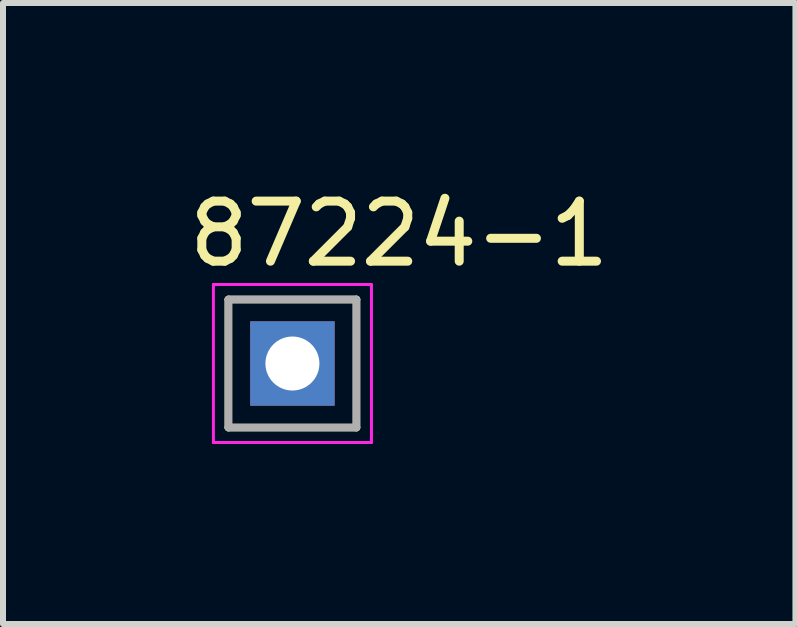
<source format=kicad_pcb>
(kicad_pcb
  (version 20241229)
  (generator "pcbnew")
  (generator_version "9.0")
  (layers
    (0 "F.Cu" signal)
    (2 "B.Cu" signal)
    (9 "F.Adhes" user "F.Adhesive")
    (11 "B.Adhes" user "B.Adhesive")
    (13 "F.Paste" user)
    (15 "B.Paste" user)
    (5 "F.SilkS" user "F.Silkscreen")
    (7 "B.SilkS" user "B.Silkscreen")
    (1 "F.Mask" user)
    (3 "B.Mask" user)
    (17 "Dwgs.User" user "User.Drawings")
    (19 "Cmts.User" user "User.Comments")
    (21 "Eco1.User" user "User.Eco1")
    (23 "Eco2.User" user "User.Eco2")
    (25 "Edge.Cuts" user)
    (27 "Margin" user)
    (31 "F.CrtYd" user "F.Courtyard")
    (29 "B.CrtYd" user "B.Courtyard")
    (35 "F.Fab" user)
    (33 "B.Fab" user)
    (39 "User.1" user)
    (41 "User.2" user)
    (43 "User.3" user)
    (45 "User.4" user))
  (footprint "87224-1"
    (layer "F.Cu")
    (at 1.824 3.009)
    (property "Reference" "87224-1" (at 1.779 -2.161 0) (layer "F.SilkS") (effects (font (size 1.001 1.001) (thickness 0.15))))
    (attr through_hole)
    (fp_line (start -1.067 -1.067) (end 1.067 -1.067) (stroke (width 0.127) (type solid)) (layer "F.SilkS"))
    (fp_line (start -1.067 1.067) (end -1.067 -1.067) (stroke (width 0.127) (type solid)) (layer "F.SilkS"))
    (fp_line (start 1.067 -1.067) (end 1.067 1.067) (stroke (width 0.127) (type solid)) (layer "F.SilkS"))
    (fp_line (start 1.067 1.067) (end -1.067 1.067) (stroke (width 0.127) (type solid)) (layer "F.SilkS"))
    (fp_line (start -1.317 -1.317) (end 1.317 -1.317) (stroke (width 0.05) (type solid)) (layer "F.CrtYd"))
    (fp_line (start -1.317 1.317) (end -1.317 -1.317) (stroke (width 0.05) (type solid)) (layer "F.CrtYd"))
    (fp_line (start 1.317 -1.317) (end 1.317 1.317) (stroke (width 0.05) (type solid)) (layer "F.CrtYd"))
    (fp_line (start 1.317 1.317) (end -1.317 1.317) (stroke (width 0.05) (type solid)) (layer "F.CrtYd"))
    (fp_line (start -1.067 -1.067) (end 1.067 -1.067) (stroke (width 0.127) (type solid)) (layer "F.Fab"))
    (fp_line (start -1.067 1.067) (end -1.067 -1.067) (stroke (width 0.127) (type solid)) (layer "F.Fab"))
    (fp_line (start 1.067 -1.067) (end 1.067 1.067) (stroke (width 0.127) (type solid)) (layer "F.Fab"))
    (fp_line (start 1.067 1.067) (end -1.067 1.067) (stroke (width 0.127) (type solid)) (layer "F.Fab"))
    (pad "1" thru_hole rect (at 0 0) (size 1.408 1.408) (drill 0.9) (layers "*.Cu" "*.Mask")))
  (gr_rect
    (start -3 -3)
    (end 10.208 7.351)
    (stroke (width 0.1) (type default))
    (fill no)
    (layer "Edge.Cuts")))
</source>
